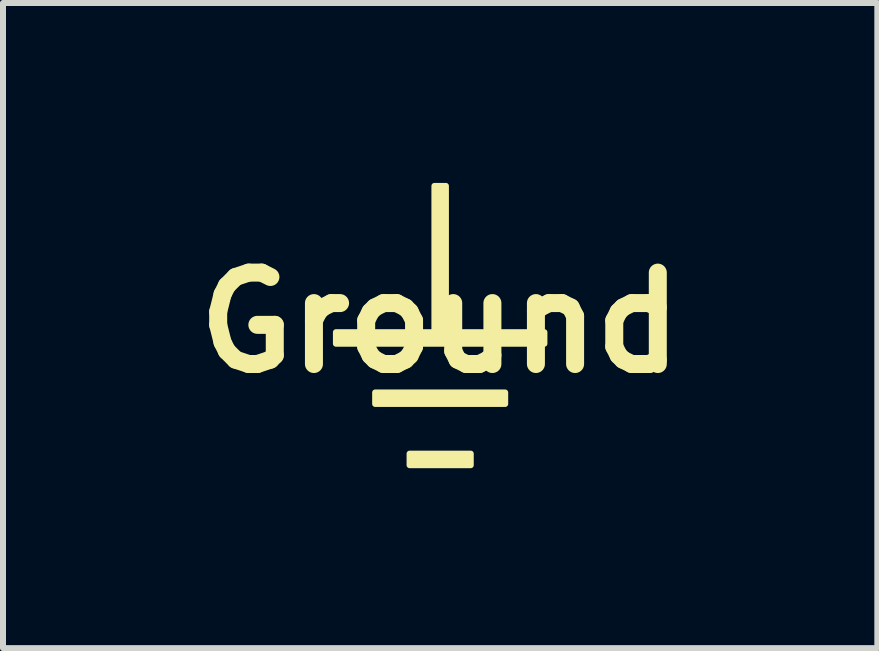
<source format=kicad_pcb>
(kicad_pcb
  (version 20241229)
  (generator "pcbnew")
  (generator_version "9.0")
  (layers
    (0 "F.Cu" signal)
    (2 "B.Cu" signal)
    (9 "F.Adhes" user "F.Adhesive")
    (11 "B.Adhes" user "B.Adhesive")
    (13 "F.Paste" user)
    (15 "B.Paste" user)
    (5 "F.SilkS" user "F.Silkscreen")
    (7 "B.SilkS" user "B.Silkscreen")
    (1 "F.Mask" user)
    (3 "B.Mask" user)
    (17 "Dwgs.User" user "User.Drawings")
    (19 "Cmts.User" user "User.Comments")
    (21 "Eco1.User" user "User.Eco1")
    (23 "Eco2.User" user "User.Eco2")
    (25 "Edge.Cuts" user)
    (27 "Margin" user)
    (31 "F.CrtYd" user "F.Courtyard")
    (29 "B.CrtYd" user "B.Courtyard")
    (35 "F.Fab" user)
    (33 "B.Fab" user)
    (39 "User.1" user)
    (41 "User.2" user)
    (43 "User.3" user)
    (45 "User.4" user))
  (footprint "Ground"
    (layer "F.Cu")
    (at 4.289 2.33)
    (property "Reference" "Ground" (at 0 0 0) (layer "F.SilkS") (effects (font (size 1.524 1.524) (thickness 0.3))))
    (attr through_hole)
    (fp_poly (pts (xy 0.51 2.376) (xy 0 2.376) (xy -0.51 2.376) (xy -0.51 2.28) (xy -0.51 2.184) (xy 0 2.184) (xy 0.51 2.184) (xy 0.51 2.28) (xy 0.51 2.376)) (stroke (width 0.1) (type solid)) (fill yes) (layer "F.SilkS"))
    (fp_poly (pts (xy 1.084 1.355) (xy 0 1.355) (xy -1.084 1.355) (xy -1.084 1.26) (xy -1.084 1.164) (xy 0 1.164) (xy 1.084 1.164) (xy 1.084 1.26) (xy 1.084 1.355)) (stroke (width 0.1) (type solid)) (fill yes) (layer "F.SilkS"))
    (fp_poly (pts (xy 1.738 0.351) (xy 0 0.351) (xy -1.738 0.351) (xy -1.738 0.255) (xy -1.738 0.159) (xy -0.917 0.159) (xy -0.096 0.159) (xy -0.096 -1.06) (xy -0.096 -2.28) (xy 0 -2.28) (xy 0.096 -2.28) (xy 0.096 -1.06) (xy 0.096 0.159) (xy 0.917 0.159) (xy 1.738 0.159) (xy 1.738 0.255) (xy 1.738 0.351)) (stroke (width 0.1) (type solid)) (fill yes) (layer "F.SilkS")))
  (gr_rect
    (start -3 -3)
    (end 11.578 7.756)
    (stroke (width 0.1) (type default))
    (fill no)
    (layer "Edge.Cuts")))
</source>
